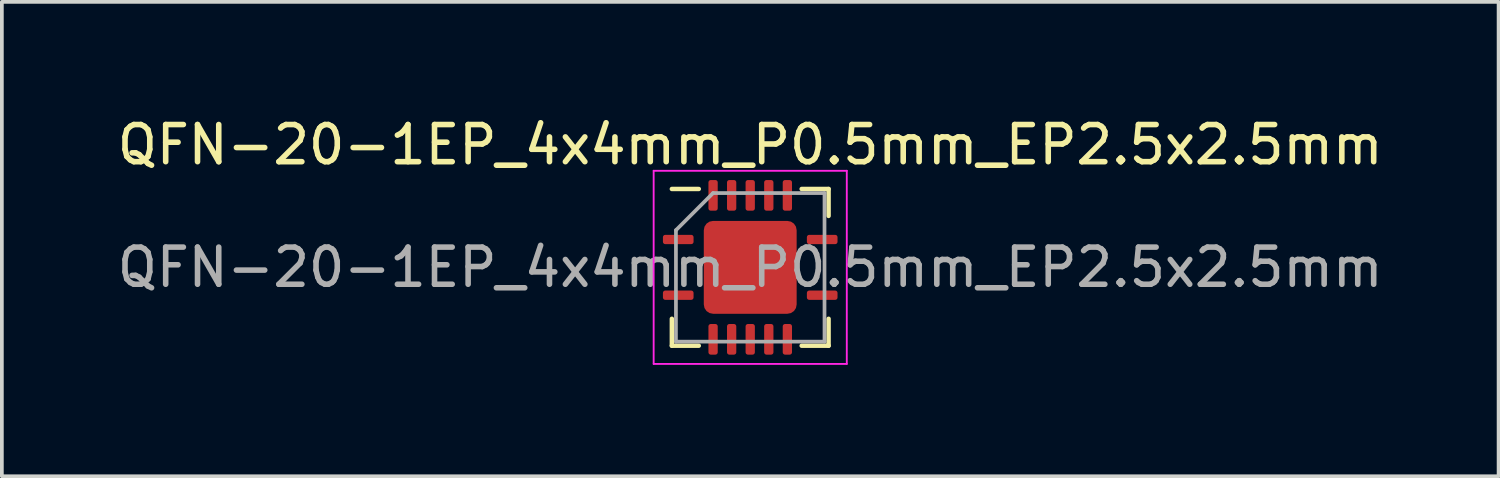
<source format=kicad_pcb>
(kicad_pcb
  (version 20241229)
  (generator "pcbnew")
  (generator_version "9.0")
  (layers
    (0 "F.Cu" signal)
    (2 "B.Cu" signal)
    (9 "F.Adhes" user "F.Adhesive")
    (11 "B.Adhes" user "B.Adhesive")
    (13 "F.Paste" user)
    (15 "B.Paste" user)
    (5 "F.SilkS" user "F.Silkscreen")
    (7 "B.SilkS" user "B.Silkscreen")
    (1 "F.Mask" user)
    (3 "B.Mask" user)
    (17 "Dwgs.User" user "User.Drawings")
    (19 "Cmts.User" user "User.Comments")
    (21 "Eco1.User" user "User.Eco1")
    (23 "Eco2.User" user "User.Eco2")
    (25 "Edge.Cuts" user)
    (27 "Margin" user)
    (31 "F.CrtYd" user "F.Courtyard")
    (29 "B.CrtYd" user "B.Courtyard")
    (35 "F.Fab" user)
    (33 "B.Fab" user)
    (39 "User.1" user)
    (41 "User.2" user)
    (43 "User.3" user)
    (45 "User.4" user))
  (footprint "QFN-20-1EP_4x4mm_P0.5mm_EP2.5x2.5mm"
    (layer "F.Cu")
    (at 17.149 4.148)
    (property "Reference" "QFN-20-1EP_4x4mm_P0.5mm_EP2.5x2.5mm" (at 0 -3.3 0) (layer "F.SilkS") (effects (font (size 1 1) (thickness 0.15))))
    (attr smd)
    (fp_line (start -2.11 2.11) (end -2.11 1.385) (stroke (width 0.12) (type solid)) (layer "F.SilkS"))
    (fp_line (start -1.385 -2.11) (end -2.11 -2.11) (stroke (width 0.12) (type solid)) (layer "F.SilkS"))
    (fp_line (start -1.385 2.11) (end -2.11 2.11) (stroke (width 0.12) (type solid)) (layer "F.SilkS"))
    (fp_line (start 1.385 -2.11) (end 2.11 -2.11) (stroke (width 0.12) (type solid)) (layer "F.SilkS"))
    (fp_line (start 1.385 2.11) (end 2.11 2.11) (stroke (width 0.12) (type solid)) (layer "F.SilkS"))
    (fp_line (start 2.11 -2.11) (end 2.11 -1.385) (stroke (width 0.12) (type solid)) (layer "F.SilkS"))
    (fp_line (start 2.11 2.11) (end 2.11 1.385) (stroke (width 0.12) (type solid)) (layer "F.SilkS"))
    (fp_line (start -2.6 -2.6) (end -2.6 2.6) (stroke (width 0.05) (type solid)) (layer "F.CrtYd"))
    (fp_line (start -2.6 2.6) (end 2.6 2.6) (stroke (width 0.05) (type solid)) (layer "F.CrtYd"))
    (fp_line (start 2.6 -2.6) (end -2.6 -2.6) (stroke (width 0.05) (type solid)) (layer "F.CrtYd"))
    (fp_line (start 2.6 2.6) (end 2.6 -2.6) (stroke (width 0.05) (type solid)) (layer "F.CrtYd"))
    (fp_line (start -2 -1) (end -1 -2) (stroke (width 0.1) (type solid)) (layer "F.Fab"))
    (fp_line (start -2 2) (end -2 -1) (stroke (width 0.1) (type solid)) (layer "F.Fab"))
    (fp_line (start -1 -2) (end 2 -2) (stroke (width 0.1) (type solid)) (layer "F.Fab"))
    (fp_line (start 2 -2) (end 2 2) (stroke (width 0.1) (type solid)) (layer "F.Fab"))
    (fp_line (start 2 2) (end -2 2) (stroke (width 0.1) (type solid)) (layer "F.Fab"))
    (fp_text user "${REFERENCE}" (at 0 0 0) (layer "F.Fab") (effects (font (size 1 1) (thickness 0.15))))
    (pad "" smd roundrect (at -0.625 -0.625) (size 1.01 1.01) (layers "F.Paste") (roundrect_rratio 0.248))
    (pad "" smd roundrect (at -0.625 0.625) (size 1.01 1.01) (layers "F.Paste") (roundrect_rratio 0.248))
    (pad "" smd roundrect (at 0.625 -0.625) (size 1.01 1.01) (layers "F.Paste") (roundrect_rratio 0.248))
    (pad "" smd roundrect (at 0.625 0.625) (size 1.01 1.01) (layers "F.Paste") (roundrect_rratio 0.248))
    (pad "0" smd roundrect (at 0 0) (size 2.5 2.5) (layers "F.Cu" "F.Mask") (roundrect_rratio 0.1))
    (pad "1" smd roundrect (at -1.938 0.75) (size 0.825 0.25) (layers "F.Cu" "F.Mask" "F.Paste") (roundrect_rratio 0.25))
    (pad "2" smd roundrect (at -1 1.938) (size 0.25 0.825) (layers "F.Cu" "F.Mask" "F.Paste") (roundrect_rratio 0.25))
    (pad "3" smd roundrect (at -0.5 1.938) (size 0.25 0.825) (layers "F.Cu" "F.Mask" "F.Paste") (roundrect_rratio 0.25))
    (pad "4" smd roundrect (at 0 1.938) (size 0.25 0.825) (layers "F.Cu" "F.Mask" "F.Paste") (roundrect_rratio 0.25))
    (pad "5" smd roundrect (at 0.5 1.938) (size 0.25 0.825) (layers "F.Cu" "F.Mask" "F.Paste") (roundrect_rratio 0.25))
    (pad "6" smd roundrect (at 1 1.938) (size 0.25 0.825) (layers "F.Cu" "F.Mask" "F.Paste") (roundrect_rratio 0.25))
    (pad "7" smd roundrect (at 1.938 0.75) (size 0.825 0.25) (layers "F.Cu" "F.Mask" "F.Paste") (roundrect_rratio 0.25))
    (pad "8" smd roundrect (at 1.938 -0.75) (size 0.825 0.25) (layers "F.Cu" "F.Mask" "F.Paste") (roundrect_rratio 0.25))
    (pad "9" smd roundrect (at 1 -1.938) (size 0.25 0.825) (layers "F.Cu" "F.Mask" "F.Paste") (roundrect_rratio 0.25))
    (pad "10" smd roundrect (at 0.5 -1.938) (size 0.25 0.825) (layers "F.Cu" "F.Mask" "F.Paste") (roundrect_rratio 0.25))
    (pad "11" smd roundrect (at 0 -1.938) (size 0.25 0.825) (layers "F.Cu" "F.Mask" "F.Paste") (roundrect_rratio 0.25))
    (pad "12" smd roundrect (at -0.5 -1.938) (size 0.25 0.825) (layers "F.Cu" "F.Mask" "F.Paste") (roundrect_rratio 0.25))
    (pad "13" smd roundrect (at -1 -1.938) (size 0.25 0.825) (layers "F.Cu" "F.Mask" "F.Paste") (roundrect_rratio 0.25))
    (pad "14" smd roundrect (at -1.938 -0.75) (size 0.825 0.25) (layers "F.Cu" "F.Mask" "F.Paste") (roundrect_rratio 0.25)))
  (gr_rect
    (start -3 -3)
    (end 37.298 9.773)
    (stroke (width 0.1) (type default))
    (fill no)
    (layer "Edge.Cuts")))
</source>
